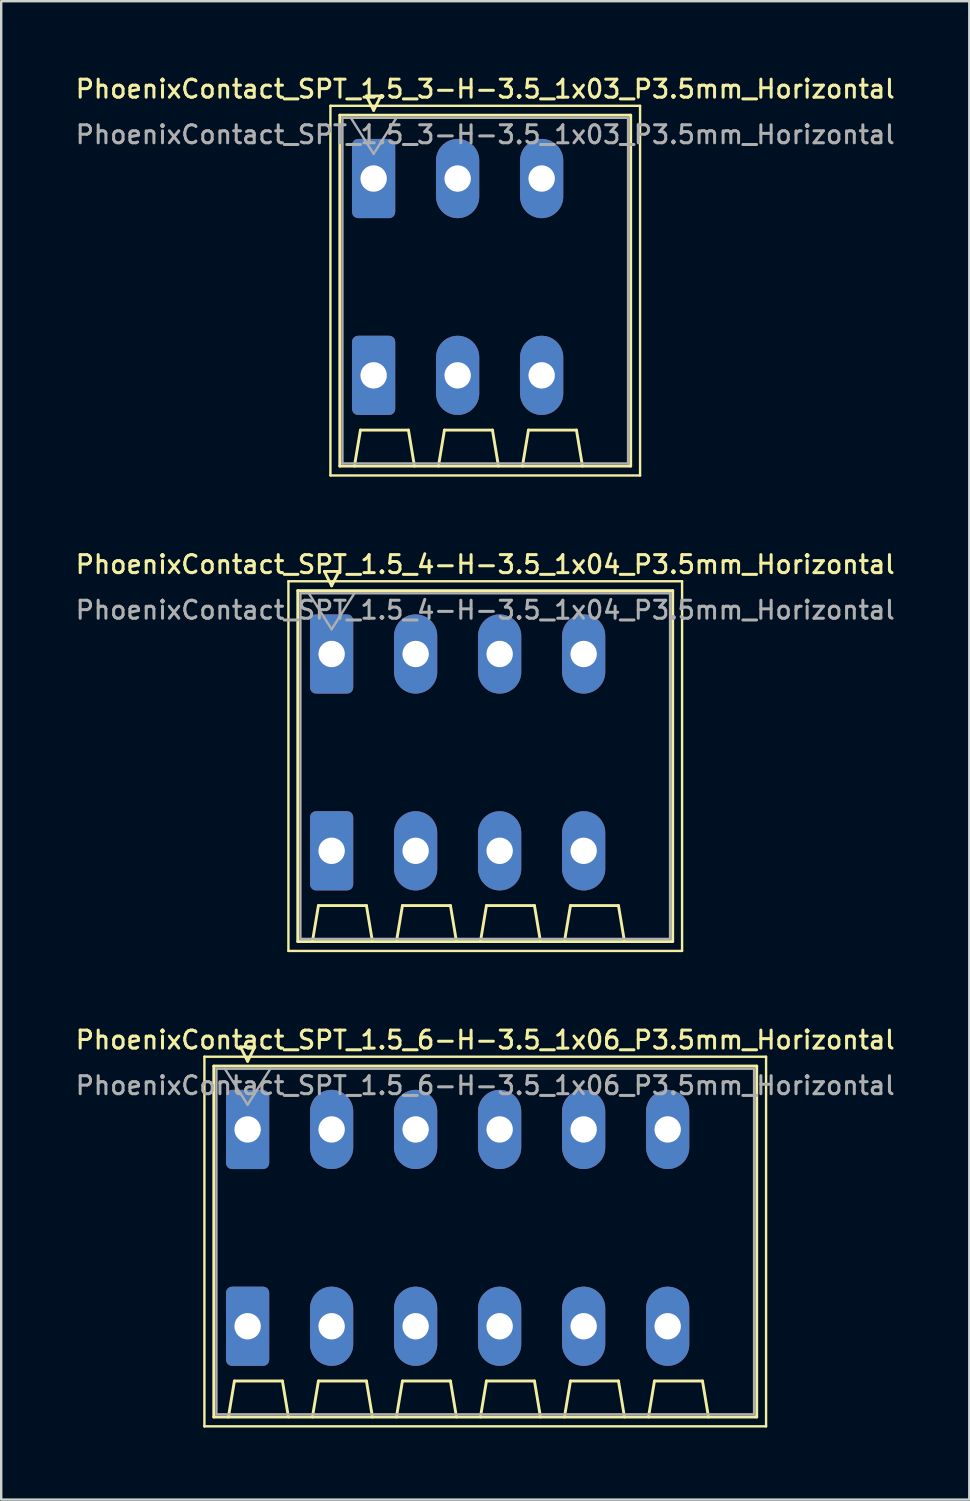
<source format=kicad_pcb>
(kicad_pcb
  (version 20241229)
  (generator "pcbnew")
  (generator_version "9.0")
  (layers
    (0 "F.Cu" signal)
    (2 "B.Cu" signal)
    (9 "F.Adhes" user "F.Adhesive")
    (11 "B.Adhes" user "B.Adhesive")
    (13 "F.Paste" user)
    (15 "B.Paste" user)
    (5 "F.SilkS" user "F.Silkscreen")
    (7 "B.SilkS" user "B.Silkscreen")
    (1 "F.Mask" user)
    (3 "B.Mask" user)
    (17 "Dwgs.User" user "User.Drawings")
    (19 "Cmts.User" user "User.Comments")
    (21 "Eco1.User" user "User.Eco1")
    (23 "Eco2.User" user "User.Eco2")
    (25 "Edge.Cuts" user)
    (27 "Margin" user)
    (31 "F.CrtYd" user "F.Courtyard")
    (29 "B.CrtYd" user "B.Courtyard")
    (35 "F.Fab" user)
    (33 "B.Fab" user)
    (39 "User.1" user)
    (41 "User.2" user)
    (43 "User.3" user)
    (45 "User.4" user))
  (footprint "PhoenixContact_SPT_1.5_6-H-3.5_1x06_P3.5mm_Horizontal"
    (layer "F.Cu")
    (at 7.266 44.004)
    (property "Reference" "PhoenixContact_SPT_1.5_6-H-3.5_1x06_P3.5mm_Horizontal" (at 9.9 -3.73 0) (layer "F.SilkS") (effects (font (size 0.75 0.75) (thickness 0.125))))
    (attr through_hole)
    (fp_line (start -1.8 -3.03) (end -1.8 12.37) (stroke (width 0.1) (type solid)) (layer "F.SilkS"))
    (fp_line (start -1.8 12.37) (end 21.6 12.37) (stroke (width 0.1) (type solid)) (layer "F.SilkS"))
    (fp_line (start -1.41 -2.64) (end 21.21 -2.64) (stroke (width 0.12) (type solid)) (layer "F.SilkS"))
    (fp_line (start -1.41 11.98) (end -1.41 -2.64) (stroke (width 0.12) (type solid)) (layer "F.SilkS"))
    (fp_line (start -0.8 11.98) (end -0.55 10.48) (stroke (width 0.12) (type solid)) (layer "F.SilkS"))
    (fp_line (start -0.55 10.48) (end 1.45 10.48) (stroke (width 0.12) (type solid)) (layer "F.SilkS"))
    (fp_line (start -0.3 -3.44) (end 0 -2.84) (stroke (width 0.12) (type solid)) (layer "F.SilkS"))
    (fp_line (start -0.3 -3.44) (end 0.3 -3.44) (stroke (width 0.12) (type solid)) (layer "F.SilkS"))
    (fp_line (start 0.3 -3.44) (end 0 -2.84) (stroke (width 0.12) (type solid)) (layer "F.SilkS"))
    (fp_line (start 1.7 11.98) (end 1.45 10.48) (stroke (width 0.12) (type solid)) (layer "F.SilkS"))
    (fp_line (start 2.7 11.98) (end 2.95 10.48) (stroke (width 0.12) (type solid)) (layer "F.SilkS"))
    (fp_line (start 2.95 10.48) (end 4.95 10.48) (stroke (width 0.12) (type solid)) (layer "F.SilkS"))
    (fp_line (start 5.2 11.98) (end 4.95 10.48) (stroke (width 0.12) (type solid)) (layer "F.SilkS"))
    (fp_line (start 6.2 11.98) (end 6.45 10.48) (stroke (width 0.12) (type solid)) (layer "F.SilkS"))
    (fp_line (start 6.45 10.48) (end 8.45 10.48) (stroke (width 0.12) (type solid)) (layer "F.SilkS"))
    (fp_line (start 8.7 11.98) (end 8.45 10.48) (stroke (width 0.12) (type solid)) (layer "F.SilkS"))
    (fp_line (start 9.7 11.98) (end 9.95 10.48) (stroke (width 0.12) (type solid)) (layer "F.SilkS"))
    (fp_line (start 9.95 10.48) (end 11.95 10.48) (stroke (width 0.12) (type solid)) (layer "F.SilkS"))
    (fp_line (start 12.2 11.98) (end 11.95 10.48) (stroke (width 0.12) (type solid)) (layer "F.SilkS"))
    (fp_line (start 13.2 11.98) (end 13.45 10.48) (stroke (width 0.12) (type solid)) (layer "F.SilkS"))
    (fp_line (start 13.45 10.48) (end 15.45 10.48) (stroke (width 0.12) (type solid)) (layer "F.SilkS"))
    (fp_line (start 15.7 11.98) (end 15.45 10.48) (stroke (width 0.12) (type solid)) (layer "F.SilkS"))
    (fp_line (start 16.7 11.98) (end 16.95 10.48) (stroke (width 0.12) (type solid)) (layer "F.SilkS"))
    (fp_line (start 16.95 10.48) (end 18.95 10.48) (stroke (width 0.12) (type solid)) (layer "F.SilkS"))
    (fp_line (start 19.2 11.98) (end 18.95 10.48) (stroke (width 0.12) (type solid)) (layer "F.SilkS"))
    (fp_line (start 21.21 -2.64) (end 21.21 11.98) (stroke (width 0.12) (type solid)) (layer "F.SilkS"))
    (fp_line (start 21.21 11.98) (end -1.41 11.98) (stroke (width 0.12) (type solid)) (layer "F.SilkS"))
    (fp_line (start 21.6 -3.03) (end -1.8 -3.03) (stroke (width 0.1) (type solid)) (layer "F.SilkS"))
    (fp_line (start 21.6 12.37) (end 21.6 -3.03) (stroke (width 0.1) (type solid)) (layer "F.SilkS"))
    (fp_line (start -1.3 -2.53) (end -1.3 11.87) (stroke (width 0.1) (type solid)) (layer "F.Fab"))
    (fp_line (start -1.3 11.87) (end 21.1 11.87) (stroke (width 0.1) (type solid)) (layer "F.Fab"))
    (fp_line (start -0.95 -2.53) (end 0 -1.03) (stroke (width 0.1) (type solid)) (layer "F.Fab"))
    (fp_line (start 0.95 -2.53) (end 0 -1.03) (stroke (width 0.1) (type solid)) (layer "F.Fab"))
    (fp_line (start 21.1 -2.53) (end -1.3 -2.53) (stroke (width 0.1) (type solid)) (layer "F.Fab"))
    (fp_line (start 21.1 11.87) (end 21.1 -2.53) (stroke (width 0.1) (type solid)) (layer "F.Fab"))
    (fp_text user "${REFERENCE}" (at 9.9 -1.83 0) (layer "F.Fab") (effects (font (size 0.75 0.75) (thickness 0.125))))
    (pad "1" thru_hole roundrect (at 0 0) (size 1.8 3.3) (drill 1.1) (layers "*.Cu" "*.Mask") (roundrect_rratio 0.139))
    (pad "1" thru_hole roundrect (at 0 8.2) (size 1.8 3.3) (drill 1.1) (layers "*.Cu" "*.Mask") (roundrect_rratio 0.139))
    (pad "2" thru_hole oval (at 3.5 0) (size 1.8 3.3) (drill 1.1) (layers "*.Cu" "*.Mask"))
    (pad "2" thru_hole oval (at 3.5 8.2) (size 1.8 3.3) (drill 1.1) (layers "*.Cu" "*.Mask"))
    (pad "3" thru_hole oval (at 7 0) (size 1.8 3.3) (drill 1.1) (layers "*.Cu" "*.Mask"))
    (pad "3" thru_hole oval (at 7 8.2) (size 1.8 3.3) (drill 1.1) (layers "*.Cu" "*.Mask"))
    (pad "4" thru_hole oval (at 10.5 0) (size 1.8 3.3) (drill 1.1) (layers "*.Cu" "*.Mask"))
    (pad "4" thru_hole oval (at 10.5 8.2) (size 1.8 3.3) (drill 1.1) (layers "*.Cu" "*.Mask"))
    (pad "5" thru_hole oval (at 14 0) (size 1.8 3.3) (drill 1.1) (layers "*.Cu" "*.Mask"))
    (pad "5" thru_hole oval (at 14 8.2) (size 1.8 3.3) (drill 1.1) (layers "*.Cu" "*.Mask"))
    (pad "6" thru_hole oval (at 17.5 0) (size 1.8 3.3) (drill 1.1) (layers "*.Cu" "*.Mask"))
    (pad "6" thru_hole oval (at 17.5 8.2) (size 1.8 3.3) (drill 1.1) (layers "*.Cu" "*.Mask")))
  (footprint "PhoenixContact_SPT_1.5_3-H-3.5_1x03_P3.5mm_Horizontal"
    (layer "F.Cu")
    (at 12.516 4.388)
    (property "Reference" "PhoenixContact_SPT_1.5_3-H-3.5_1x03_P3.5mm_Horizontal" (at 4.65 -3.73 0) (layer "F.SilkS") (effects (font (size 0.75 0.75) (thickness 0.125))))
    (attr through_hole)
    (fp_line (start -1.8 -3.03) (end -1.8 12.37) (stroke (width 0.1) (type solid)) (layer "F.SilkS"))
    (fp_line (start -1.8 12.37) (end 11.1 12.37) (stroke (width 0.1) (type solid)) (layer "F.SilkS"))
    (fp_line (start -1.41 -2.64) (end 10.71 -2.64) (stroke (width 0.12) (type solid)) (layer "F.SilkS"))
    (fp_line (start -1.41 11.98) (end -1.41 -2.64) (stroke (width 0.12) (type solid)) (layer "F.SilkS"))
    (fp_line (start -0.8 11.98) (end -0.55 10.48) (stroke (width 0.12) (type solid)) (layer "F.SilkS"))
    (fp_line (start -0.55 10.48) (end 1.45 10.48) (stroke (width 0.12) (type solid)) (layer "F.SilkS"))
    (fp_line (start -0.3 -3.44) (end 0 -2.84) (stroke (width 0.12) (type solid)) (layer "F.SilkS"))
    (fp_line (start -0.3 -3.44) (end 0.3 -3.44) (stroke (width 0.12) (type solid)) (layer "F.SilkS"))
    (fp_line (start 0.3 -3.44) (end 0 -2.84) (stroke (width 0.12) (type solid)) (layer "F.SilkS"))
    (fp_line (start 1.7 11.98) (end 1.45 10.48) (stroke (width 0.12) (type solid)) (layer "F.SilkS"))
    (fp_line (start 2.7 11.98) (end 2.95 10.48) (stroke (width 0.12) (type solid)) (layer "F.SilkS"))
    (fp_line (start 2.95 10.48) (end 4.95 10.48) (stroke (width 0.12) (type solid)) (layer "F.SilkS"))
    (fp_line (start 5.2 11.98) (end 4.95 10.48) (stroke (width 0.12) (type solid)) (layer "F.SilkS"))
    (fp_line (start 6.2 11.98) (end 6.45 10.48) (stroke (width 0.12) (type solid)) (layer "F.SilkS"))
    (fp_line (start 6.45 10.48) (end 8.45 10.48) (stroke (width 0.12) (type solid)) (layer "F.SilkS"))
    (fp_line (start 8.7 11.98) (end 8.45 10.48) (stroke (width 0.12) (type solid)) (layer "F.SilkS"))
    (fp_line (start 10.71 -2.64) (end 10.71 11.98) (stroke (width 0.12) (type solid)) (layer "F.SilkS"))
    (fp_line (start 10.71 11.98) (end -1.41 11.98) (stroke (width 0.12) (type solid)) (layer "F.SilkS"))
    (fp_line (start 11.1 -3.03) (end -1.8 -3.03) (stroke (width 0.1) (type solid)) (layer "F.SilkS"))
    (fp_line (start 11.1 12.37) (end 11.1 -3.03) (stroke (width 0.1) (type solid)) (layer "F.SilkS"))
    (fp_line (start -1.3 -2.53) (end -1.3 11.87) (stroke (width 0.1) (type solid)) (layer "F.Fab"))
    (fp_line (start -1.3 11.87) (end 10.6 11.87) (stroke (width 0.1) (type solid)) (layer "F.Fab"))
    (fp_line (start -0.95 -2.53) (end 0 -1.03) (stroke (width 0.1) (type solid)) (layer "F.Fab"))
    (fp_line (start 0.95 -2.53) (end 0 -1.03) (stroke (width 0.1) (type solid)) (layer "F.Fab"))
    (fp_line (start 10.6 -2.53) (end -1.3 -2.53) (stroke (width 0.1) (type solid)) (layer "F.Fab"))
    (fp_line (start 10.6 11.87) (end 10.6 -2.53) (stroke (width 0.1) (type solid)) (layer "F.Fab"))
    (fp_text user "${REFERENCE}" (at 4.65 -1.83 0) (layer "F.Fab") (effects (font (size 0.75 0.75) (thickness 0.125))))
    (pad "1" thru_hole roundrect (at 0 0) (size 1.8 3.3) (drill 1.1) (layers "*.Cu" "*.Mask") (roundrect_rratio 0.139))
    (pad "1" thru_hole roundrect (at 0 8.2) (size 1.8 3.3) (drill 1.1) (layers "*.Cu" "*.Mask") (roundrect_rratio 0.139))
    (pad "2" thru_hole oval (at 3.5 0) (size 1.8 3.3) (drill 1.1) (layers "*.Cu" "*.Mask"))
    (pad "2" thru_hole oval (at 3.5 8.2) (size 1.8 3.3) (drill 1.1) (layers "*.Cu" "*.Mask"))
    (pad "3" thru_hole oval (at 7 0) (size 1.8 3.3) (drill 1.1) (layers "*.Cu" "*.Mask"))
    (pad "3" thru_hole oval (at 7 8.2) (size 1.8 3.3) (drill 1.1) (layers "*.Cu" "*.Mask")))
  (footprint "PhoenixContact_SPT_1.5_4-H-3.5_1x04_P3.5mm_Horizontal"
    (layer "F.Cu")
    (at 10.766 24.196)
    (property "Reference" "PhoenixContact_SPT_1.5_4-H-3.5_1x04_P3.5mm_Horizontal" (at 6.4 -3.73 0) (layer "F.SilkS") (effects (font (size 0.75 0.75) (thickness 0.125))))
    (attr through_hole)
    (fp_line (start -1.8 -3.03) (end -1.8 12.37) (stroke (width 0.1) (type solid)) (layer "F.SilkS"))
    (fp_line (start -1.8 12.37) (end 14.6 12.37) (stroke (width 0.1) (type solid)) (layer "F.SilkS"))
    (fp_line (start -1.41 -2.64) (end 14.21 -2.64) (stroke (width 0.12) (type solid)) (layer "F.SilkS"))
    (fp_line (start -1.41 11.98) (end -1.41 -2.64) (stroke (width 0.12) (type solid)) (layer "F.SilkS"))
    (fp_line (start -0.8 11.98) (end -0.55 10.48) (stroke (width 0.12) (type solid)) (layer "F.SilkS"))
    (fp_line (start -0.55 10.48) (end 1.45 10.48) (stroke (width 0.12) (type solid)) (layer "F.SilkS"))
    (fp_line (start -0.3 -3.44) (end 0 -2.84) (stroke (width 0.12) (type solid)) (layer "F.SilkS"))
    (fp_line (start -0.3 -3.44) (end 0.3 -3.44) (stroke (width 0.12) (type solid)) (layer "F.SilkS"))
    (fp_line (start 0.3 -3.44) (end 0 -2.84) (stroke (width 0.12) (type solid)) (layer "F.SilkS"))
    (fp_line (start 1.7 11.98) (end 1.45 10.48) (stroke (width 0.12) (type solid)) (layer "F.SilkS"))
    (fp_line (start 2.7 11.98) (end 2.95 10.48) (stroke (width 0.12) (type solid)) (layer "F.SilkS"))
    (fp_line (start 2.95 10.48) (end 4.95 10.48) (stroke (width 0.12) (type solid)) (layer "F.SilkS"))
    (fp_line (start 5.2 11.98) (end 4.95 10.48) (stroke (width 0.12) (type solid)) (layer "F.SilkS"))
    (fp_line (start 6.2 11.98) (end 6.45 10.48) (stroke (width 0.12) (type solid)) (layer "F.SilkS"))
    (fp_line (start 6.45 10.48) (end 8.45 10.48) (stroke (width 0.12) (type solid)) (layer "F.SilkS"))
    (fp_line (start 8.7 11.98) (end 8.45 10.48) (stroke (width 0.12) (type solid)) (layer "F.SilkS"))
    (fp_line (start 9.7 11.98) (end 9.95 10.48) (stroke (width 0.12) (type solid)) (layer "F.SilkS"))
    (fp_line (start 9.95 10.48) (end 11.95 10.48) (stroke (width 0.12) (type solid)) (layer "F.SilkS"))
    (fp_line (start 12.2 11.98) (end 11.95 10.48) (stroke (width 0.12) (type solid)) (layer "F.SilkS"))
    (fp_line (start 14.21 -2.64) (end 14.21 11.98) (stroke (width 0.12) (type solid)) (layer "F.SilkS"))
    (fp_line (start 14.21 11.98) (end -1.41 11.98) (stroke (width 0.12) (type solid)) (layer "F.SilkS"))
    (fp_line (start 14.6 -3.03) (end -1.8 -3.03) (stroke (width 0.1) (type solid)) (layer "F.SilkS"))
    (fp_line (start 14.6 12.37) (end 14.6 -3.03) (stroke (width 0.1) (type solid)) (layer "F.SilkS"))
    (fp_line (start -1.3 -2.53) (end -1.3 11.87) (stroke (width 0.1) (type solid)) (layer "F.Fab"))
    (fp_line (start -1.3 11.87) (end 14.1 11.87) (stroke (width 0.1) (type solid)) (layer "F.Fab"))
    (fp_line (start -0.95 -2.53) (end 0 -1.03) (stroke (width 0.1) (type solid)) (layer "F.Fab"))
    (fp_line (start 0.95 -2.53) (end 0 -1.03) (stroke (width 0.1) (type solid)) (layer "F.Fab"))
    (fp_line (start 14.1 -2.53) (end -1.3 -2.53) (stroke (width 0.1) (type solid)) (layer "F.Fab"))
    (fp_line (start 14.1 11.87) (end 14.1 -2.53) (stroke (width 0.1) (type solid)) (layer "F.Fab"))
    (fp_text user "${REFERENCE}" (at 6.4 -1.83 0) (layer "F.Fab") (effects (font (size 0.75 0.75) (thickness 0.125))))
    (pad "1" thru_hole roundrect (at 0 0) (size 1.8 3.3) (drill 1.1) (layers "*.Cu" "*.Mask") (roundrect_rratio 0.139))
    (pad "1" thru_hole roundrect (at 0 8.2) (size 1.8 3.3) (drill 1.1) (layers "*.Cu" "*.Mask") (roundrect_rratio 0.139))
    (pad "2" thru_hole oval (at 3.5 0) (size 1.8 3.3) (drill 1.1) (layers "*.Cu" "*.Mask"))
    (pad "2" thru_hole oval (at 3.5 8.2) (size 1.8 3.3) (drill 1.1) (layers "*.Cu" "*.Mask"))
    (pad "3" thru_hole oval (at 7 0) (size 1.8 3.3) (drill 1.1) (layers "*.Cu" "*.Mask"))
    (pad "3" thru_hole oval (at 7 8.2) (size 1.8 3.3) (drill 1.1) (layers "*.Cu" "*.Mask"))
    (pad "4" thru_hole oval (at 10.5 0) (size 1.8 3.3) (drill 1.1) (layers "*.Cu" "*.Mask"))
    (pad "4" thru_hole oval (at 10.5 8.2) (size 1.8 3.3) (drill 1.1) (layers "*.Cu" "*.Mask")))
  (gr_rect
    (start -3 -3)
    (end 37.332 59.424)
    (stroke (width 0.1) (type default))
    (fill no)
    (layer "Edge.Cuts")))
</source>
